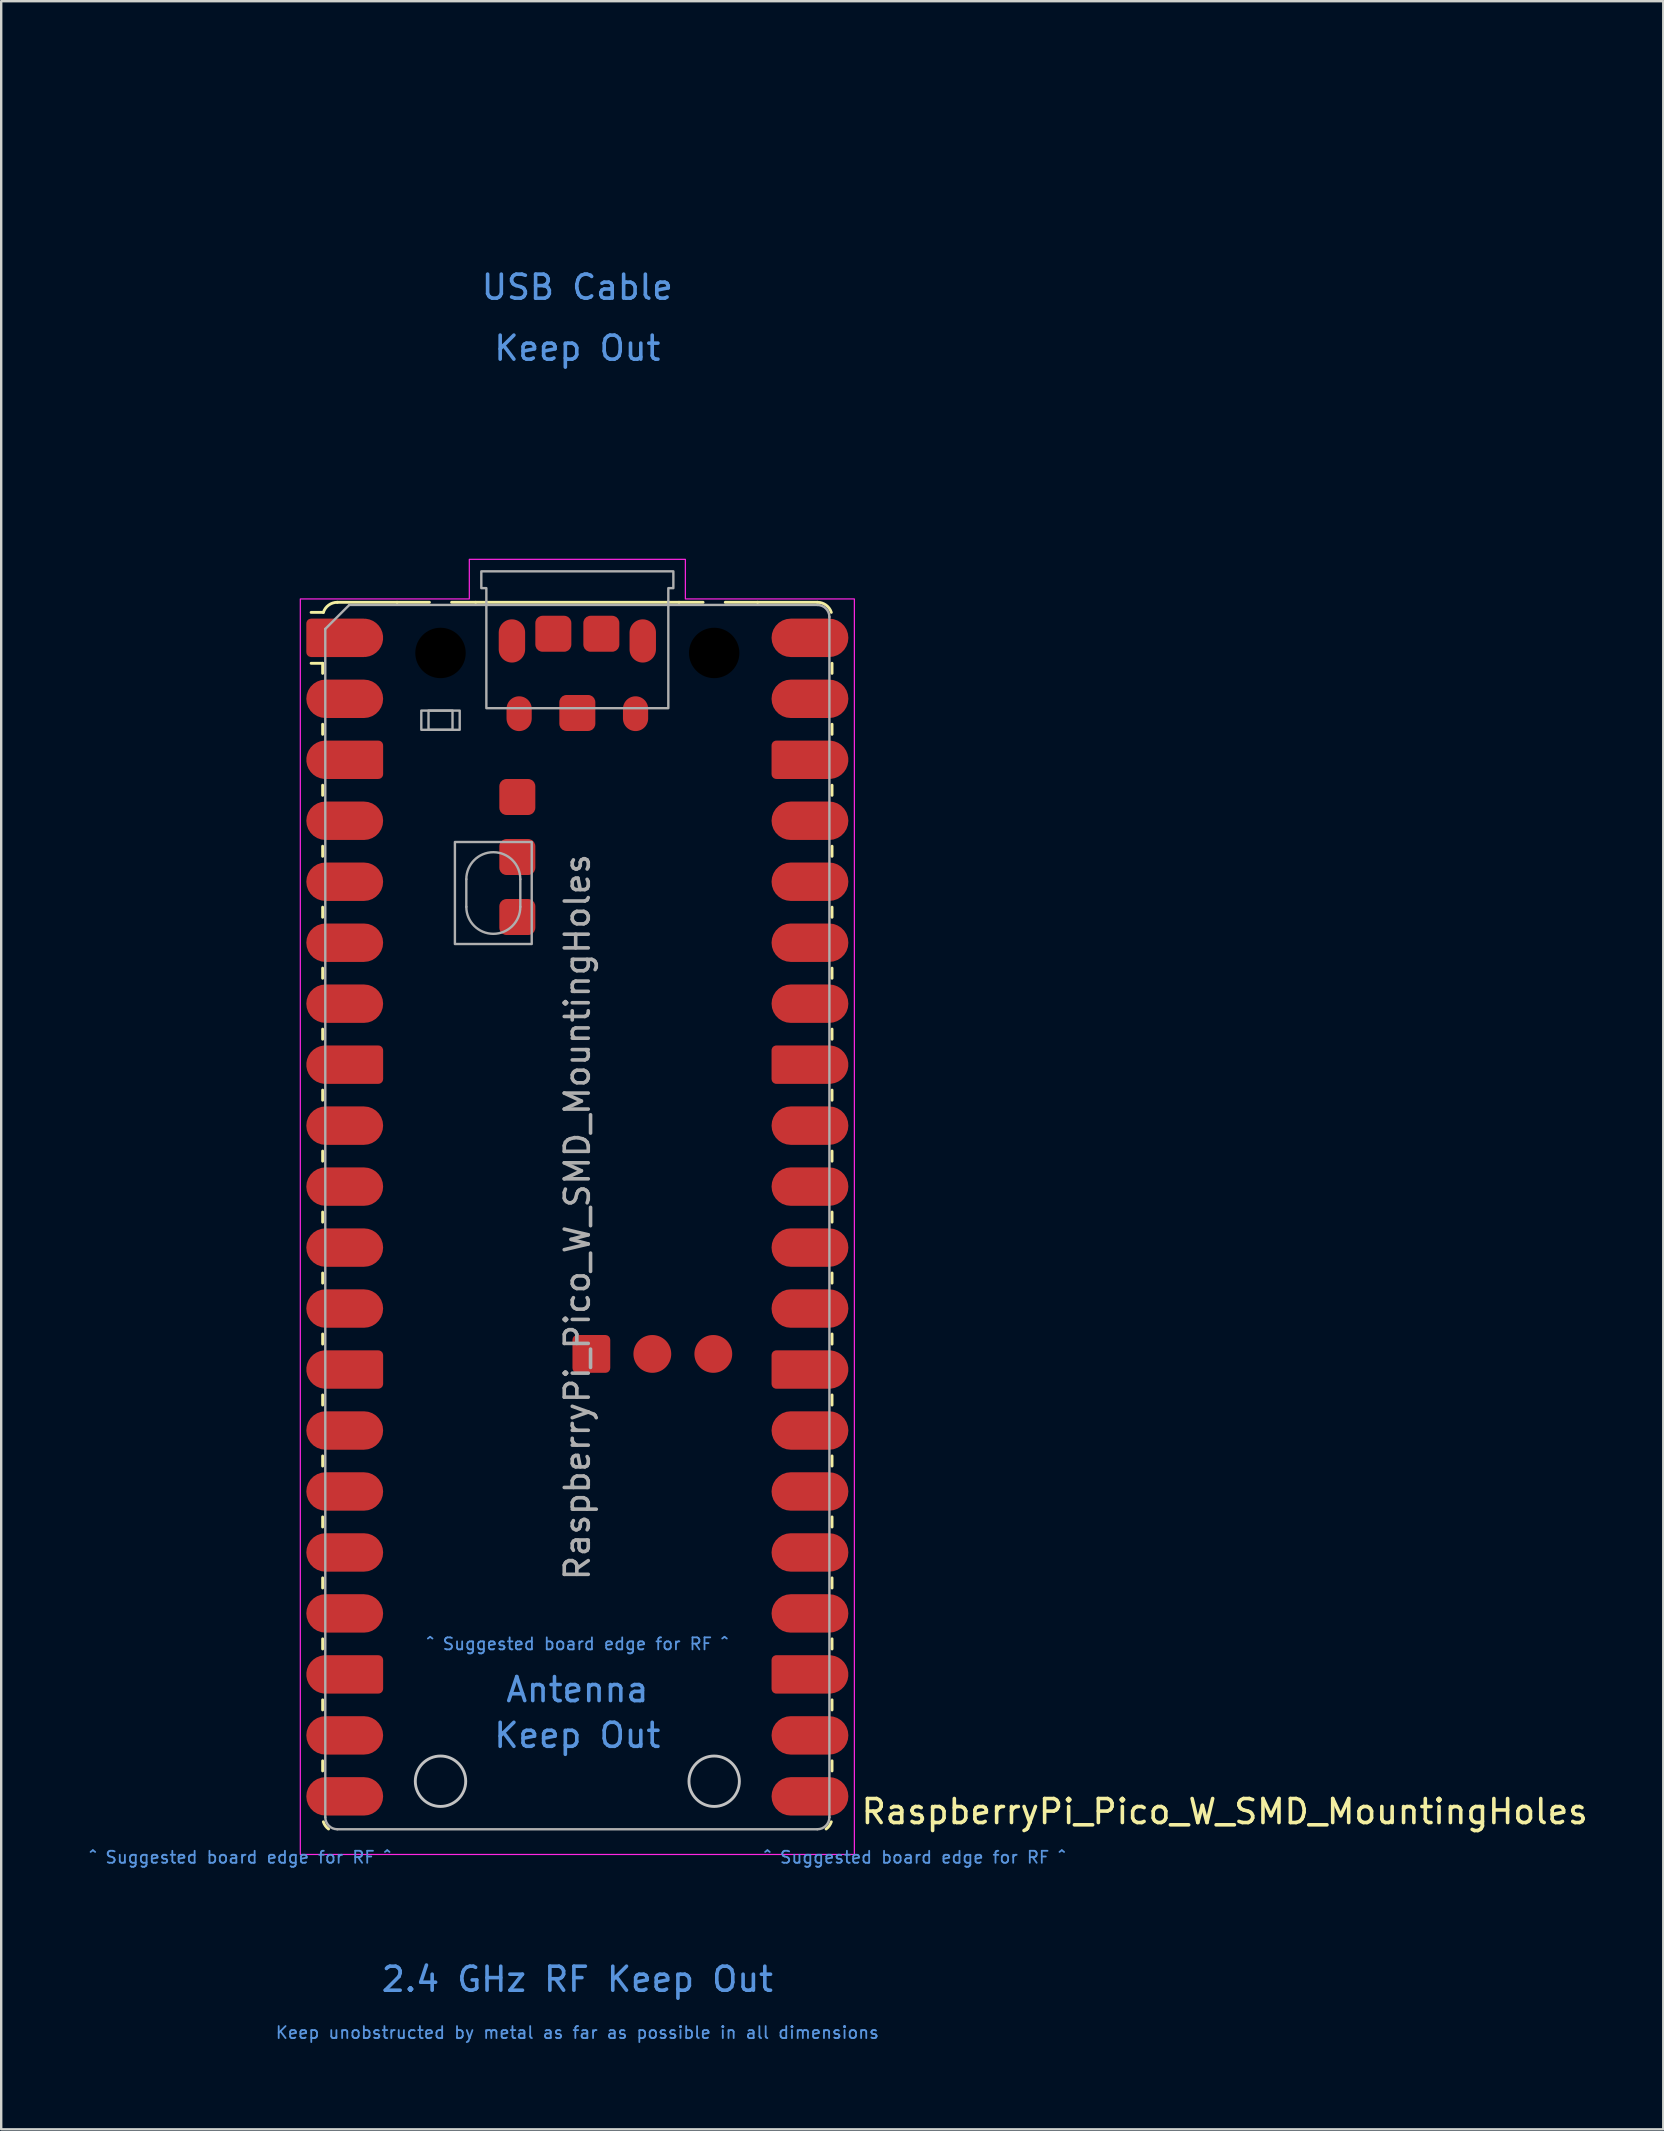
<source format=kicad_pcb>
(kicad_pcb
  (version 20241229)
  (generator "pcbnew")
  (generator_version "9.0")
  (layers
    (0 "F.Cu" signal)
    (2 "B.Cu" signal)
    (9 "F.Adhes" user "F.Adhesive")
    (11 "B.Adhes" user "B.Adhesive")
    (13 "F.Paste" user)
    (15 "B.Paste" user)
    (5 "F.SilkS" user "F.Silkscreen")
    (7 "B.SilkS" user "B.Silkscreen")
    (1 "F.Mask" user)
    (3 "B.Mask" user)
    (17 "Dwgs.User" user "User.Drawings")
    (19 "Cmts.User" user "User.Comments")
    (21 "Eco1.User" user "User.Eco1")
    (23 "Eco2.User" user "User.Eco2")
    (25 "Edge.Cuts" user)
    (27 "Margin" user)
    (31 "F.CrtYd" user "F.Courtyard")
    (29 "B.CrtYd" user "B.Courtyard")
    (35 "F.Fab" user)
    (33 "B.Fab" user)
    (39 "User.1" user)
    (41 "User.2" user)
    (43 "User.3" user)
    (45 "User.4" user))
  (footprint "RaspberryPi_Pico_W_SMD_MountingHoles"
    (layer "F.Cu")
    (at 21 47.65)
    (property "Reference" "RaspberryPi_Pico_W_SMD_MountingHoles" (at 11.748 24.765 0) (unlocked yes) (layer "F.SilkS") (effects (font (size 1 1) (thickness 0.15)) (justify left)))
    (attr smd)
    (fp_line (start -10.61 -23.07) (end -11.09 -23.07) (stroke (width 0.12) (type solid)) (layer "F.SilkS"))
    (fp_line (start -10.61 -23.07) (end -10.61 -22.65) (stroke (width 0.12) (type solid)) (layer "F.SilkS"))
    (fp_line (start -10.61 -20.53) (end -10.61 -20.11) (stroke (width 0.12) (type solid)) (layer "F.SilkS"))
    (fp_line (start -10.61 -17.99) (end -10.61 -17.57) (stroke (width 0.12) (type solid)) (layer "F.SilkS"))
    (fp_line (start -10.61 -15.45) (end -10.61 -15.03) (stroke (width 0.12) (type solid)) (layer "F.SilkS"))
    (fp_line (start -10.61 -12.91) (end -10.61 -12.49) (stroke (width 0.12) (type solid)) (layer "F.SilkS"))
    (fp_line (start -10.61 -10.37) (end -10.61 -9.95) (stroke (width 0.12) (type solid)) (layer "F.SilkS"))
    (fp_line (start -10.61 -7.83) (end -10.61 -7.41) (stroke (width 0.12) (type solid)) (layer "F.SilkS"))
    (fp_line (start -10.61 -5.29) (end -10.61 -4.87) (stroke (width 0.12) (type solid)) (layer "F.SilkS"))
    (fp_line (start -10.61 -2.75) (end -10.61 -2.33) (stroke (width 0.12) (type solid)) (layer "F.SilkS"))
    (fp_line (start -10.61 -0.21) (end -10.61 0.21) (stroke (width 0.12) (type solid)) (layer "F.SilkS"))
    (fp_line (start -10.61 2.33) (end -10.61 2.75) (stroke (width 0.12) (type solid)) (layer "F.SilkS"))
    (fp_line (start -10.61 4.87) (end -10.61 5.29) (stroke (width 0.12) (type solid)) (layer "F.SilkS"))
    (fp_line (start -10.61 7.41) (end -10.61 7.83) (stroke (width 0.12) (type solid)) (layer "F.SilkS"))
    (fp_line (start -10.61 9.95) (end -10.61 10.37) (stroke (width 0.12) (type solid)) (layer "F.SilkS"))
    (fp_line (start -10.61 12.49) (end -10.61 12.91) (stroke (width 0.12) (type solid)) (layer "F.SilkS"))
    (fp_line (start -10.61 15.03) (end -10.61 15.45) (stroke (width 0.12) (type solid)) (layer "F.SilkS"))
    (fp_line (start -10.61 17.57) (end -10.61 17.99) (stroke (width 0.12) (type solid)) (layer "F.SilkS"))
    (fp_line (start -10.61 20.11) (end -10.61 20.53) (stroke (width 0.12) (type solid)) (layer "F.SilkS"))
    (fp_line (start -10.61 22.65) (end -10.61 23.07) (stroke (width 0.12) (type solid)) (layer "F.SilkS"))
    (fp_line (start -10.58 -25.19) (end -11.09 -25.19) (stroke (width 0.12) (type solid)) (layer "F.SilkS"))
    (fp_line (start -10 -25.61) (end -7.51 -25.61) (stroke (width 0.12) (type solid)) (layer "F.SilkS"))
    (fp_line (start -7.51 -25.61) (end -6.162 -25.61) (stroke (width 0.12) (type solid)) (layer "F.SilkS"))
    (fp_line (start -5.238 -25.61) (end -4.235 -25.61) (stroke (width 0.12) (type solid)) (layer "F.SilkS"))
    (fp_line (start -4.235 -25.61) (end 4.235 -25.61) (stroke (width 0.12) (type solid)) (layer "F.SilkS"))
    (fp_line (start 4.235 -25.61) (end 5.238 -25.61) (stroke (width 0.12) (type solid)) (layer "F.SilkS"))
    (fp_line (start 6.162 -25.61) (end 7.51 -25.61) (stroke (width 0.12) (type solid)) (layer "F.SilkS"))
    (fp_line (start 10 -25.61) (end 7.51 -25.61) (stroke (width 0.12) (type solid)) (layer "F.SilkS"))
    (fp_line (start 10.61 -23.07) (end 10.61 -22.65) (stroke (width 0.12) (type solid)) (layer "F.SilkS"))
    (fp_line (start 10.61 -20.53) (end 10.61 -20.11) (stroke (width 0.12) (type solid)) (layer "F.SilkS"))
    (fp_line (start 10.61 -17.99) (end 10.61 -17.57) (stroke (width 0.12) (type solid)) (layer "F.SilkS"))
    (fp_line (start 10.61 -15.45) (end 10.61 -15.03) (stroke (width 0.12) (type solid)) (layer "F.SilkS"))
    (fp_line (start 10.61 -12.91) (end 10.61 -12.49) (stroke (width 0.12) (type solid)) (layer "F.SilkS"))
    (fp_line (start 10.61 -10.37) (end 10.61 -9.95) (stroke (width 0.12) (type solid)) (layer "F.SilkS"))
    (fp_line (start 10.61 -7.83) (end 10.61 -7.41) (stroke (width 0.12) (type solid)) (layer "F.SilkS"))
    (fp_line (start 10.61 -5.29) (end 10.61 -4.87) (stroke (width 0.12) (type solid)) (layer "F.SilkS"))
    (fp_line (start 10.61 -2.75) (end 10.61 -2.33) (stroke (width 0.12) (type solid)) (layer "F.SilkS"))
    (fp_line (start 10.61 -0.21) (end 10.61 0.21) (stroke (width 0.12) (type solid)) (layer "F.SilkS"))
    (fp_line (start 10.61 2.33) (end 10.61 2.75) (stroke (width 0.12) (type solid)) (layer "F.SilkS"))
    (fp_line (start 10.61 4.87) (end 10.61 5.29) (stroke (width 0.12) (type solid)) (layer "F.SilkS"))
    (fp_line (start 10.61 7.41) (end 10.61 7.83) (stroke (width 0.12) (type solid)) (layer "F.SilkS"))
    (fp_line (start 10.61 9.95) (end 10.61 10.37) (stroke (width 0.12) (type solid)) (layer "F.SilkS"))
    (fp_line (start 10.61 12.49) (end 10.61 12.91) (stroke (width 0.12) (type solid)) (layer "F.SilkS"))
    (fp_line (start 10.61 15.03) (end 10.61 15.45) (stroke (width 0.12) (type solid)) (layer "F.SilkS"))
    (fp_line (start 10.61 17.57) (end 10.61 17.99) (stroke (width 0.12) (type solid)) (layer "F.SilkS"))
    (fp_line (start 10.61 20.11) (end 10.61 20.53) (stroke (width 0.12) (type solid)) (layer "F.SilkS"))
    (fp_line (start 10.61 22.65) (end 10.61 23.07) (stroke (width 0.12) (type solid)) (layer "F.SilkS"))
    (fp_arc (start -10.579676 -25.189937) (mid -10.357938 -25.493944) (end -10 -25.61) (stroke (width 0.12) (type solid)) (layer "F.SilkS"))
    (fp_arc (start -10.363318 25.49) (mid -10.494791 25.356765) (end -10.579676 25.189937) (stroke (width 0.12) (type solid)) (layer "F.SilkS"))
    (fp_arc (start 10 -25.61) (mid 10.357937 -25.493944) (end 10.579676 -25.189937) (stroke (width 0.12) (type solid)) (layer "F.SilkS"))
    (fp_arc (start 10.579676 25.189937) (mid 10.494813 25.35678) (end 10.363318 25.49) (stroke (width 0.12) (type solid)) (layer "F.SilkS"))
    (fp_circle (center -5.7 23.5) (end -4.65 23.5) (stroke (width 0.12) (type solid)) (fill no) (layer "Dwgs.User"))
    (fp_circle (center 5.7 23.5) (end 6.75 23.5) (stroke (width 0.12) (type solid)) (fill no) (layer "Dwgs.User"))
    (fp_poly (pts (xy -4.5 -27.4) (xy 4.5 -27.4) (xy 4.5 -25.75) (xy 11.54 -25.75) (xy 11.54 26.55) (xy -11.54 26.55) (xy -11.54 -25.75) (xy -4.5 -25.75)) (stroke (width 0.05) (type solid)) (fill no) (layer "F.CrtYd"))
    (fp_line (start -10.5 -24.5) (end -9.5 -25.5) (stroke (width 0.1) (type solid)) (layer "F.Fab"))
    (fp_line (start -10.5 25) (end -10.5 -24.5) (stroke (width 0.1) (type solid)) (layer "F.Fab"))
    (fp_line (start -9.5 -25.5) (end 10 -25.5) (stroke (width 0.1) (type solid)) (layer "F.Fab"))
    (fp_line (start -4.625 -14.075) (end -4.625 -12.925) (stroke (width 0.1) (type solid)) (layer "F.Fab"))
    (fp_line (start -2.375 -14.075) (end -2.375 -12.925) (stroke (width 0.1) (type solid)) (layer "F.Fab"))
    (fp_line (start 10 25.5) (end -10 25.5) (stroke (width 0.1) (type solid)) (layer "F.Fab"))
    (fp_line (start 10.5 -25) (end 10.5 25) (stroke (width 0.1) (type solid)) (layer "F.Fab"))
    (fp_rect (start -6.5 -21.1) (end -4.9 -20.3) (stroke (width 0.1) (type solid)) (fill no) (layer "F.Fab"))
    (fp_rect (start -6.2 -21.1) (end -5.2 -20.3) (stroke (width 0.1) (type solid)) (fill no) (layer "F.Fab"))
    (fp_rect (start -5.1 -15.625) (end -1.9 -11.375) (stroke (width 0.1) (type solid)) (fill no) (layer "F.Fab"))
    (fp_arc (start -10 25.5) (mid -10.353553 25.353553) (end -10.5 25) (stroke (width 0.1) (type solid)) (layer "F.Fab"))
    (fp_arc (start -4.625 -14.075) (mid -3.5 -15.2) (end -2.375 -14.075) (stroke (width 0.1) (type solid)) (layer "F.Fab"))
    (fp_arc (start -2.375 -12.925) (mid -3.5 -11.8) (end -4.625 -12.925) (stroke (width 0.1) (type solid)) (layer "F.Fab"))
    (fp_arc (start 10 -25.5) (mid 10.353553 -25.353553) (end 10.5 -25) (stroke (width 0.1) (type solid)) (layer "F.Fab"))
    (fp_arc (start 10.5 25) (mid 10.353553 25.353553) (end 10 25.5) (stroke (width 0.1) (type solid)) (layer "F.Fab"))
    (fp_poly (pts (xy 3.79 -21.2) (xy 3.79 -26.2) (xy 4 -26.2) (xy 4 -26.9) (xy -4 -26.9) (xy -4 -26.2) (xy -3.79 -26.2) (xy -3.79 -21.2)) (stroke (width 0.1) (type solid)) (fill no) (layer "F.Fab"))
    (fp_text user "USB Cable" (at 0 -38.735 0) (unlocked yes) (layer "Cmts.User") (effects (font (size 1 1) (thickness 0.15))))
    (fp_text user "^ Suggested board edge for RF ^" (at 0 17.78 0) (unlocked yes) (layer "Cmts.User") (effects (font (size 0.5 0.5) (thickness 0.075))))
    (fp_text user "Antenna" (at 0 19.685 0) (unlocked yes) (layer "Cmts.User") (effects (font (size 1 1) (thickness 0.15))))
    (fp_text user "^ Suggested board edge for RF ^" (at -14.05 26.67 0) (unlocked yes) (layer "Cmts.User") (effects (font (size 0.5 0.5) (thickness 0.075))))
    (fp_text user "^ Suggested board edge for RF ^" (at 14.05 26.67 0) (unlocked yes) (layer "Cmts.User") (effects (font (size 0.5 0.5) (thickness 0.075))))
    (fp_text user "2.4 GHz RF Keep Out" (at 0 31.75 0) (unlocked yes) (layer "Cmts.User") (effects (font (size 1 1) (thickness 0.15))))
    (fp_text user "Keep Out" (at 0 -36.195 0) (unlocked yes) (layer "Cmts.User") (effects (font (size 1 1) (thickness 0.15))))
    (fp_text user "Keep unobstructed by metal as far as possible in all dimensions" (at 0 33.972 0) (unlocked yes) (layer "Cmts.User") (effects (font (size 0.5 0.5) (thickness 0.075))))
    (fp_text user "Keep Out" (at 0 21.59 0) (unlocked yes) (layer "Cmts.User") (effects (font (size 1 1) (thickness 0.15))))
    (fp_text user "${REFERENCE}" (at 0 0 90) (layer "F.Fab") (effects (font (size 1 1) (thickness 0.15))))
    (pad "" np_thru_hole circle (at -5.7 -23.5) (size 3.8 3.8) (drill 2.1) (layers "*.Mask"))
    (pad "" smd oval (at -2.725 -24) (size 1.1 1.8) (layers "F.Cu" "F.Mask" "F.Paste"))
    (pad "" smd oval (at -2.425 -20.97) (size 1.05 1.45) (layers "F.Cu" "F.Mask" "F.Paste"))
    (pad "" smd oval (at 2.425 -20.97) (size 1.05 1.45) (layers "F.Cu" "F.Mask" "F.Paste"))
    (pad "" smd oval (at 2.725 -24) (size 1.1 1.8) (layers "F.Cu" "F.Mask" "F.Paste"))
    (pad "" np_thru_hole circle (at 5.7 -23.5) (size 3.8 3.8) (drill 2.1) (layers "*.Mask"))
    (pad "1" smd custom (at -8.89 -24.13) (size 1.6 1.6) (layers "F.Cu" "F.Mask" "F.Paste") (options (anchor circle)) (primitives (gr_poly (pts (xy -2.4 0.6) (xy -2.4 -0.6) (xy -2.2 -0.8) (xy 0 -0.8) (xy 0 0.8) (xy -2.2 0.8)) (width 0) (fill yes)) (gr_circle (center -2.2 0.6) (end -2 0.6) (width 0) (fill yes)) (gr_circle (center -2.2 -0.6) (end -2 -0.6) (width 0) (fill yes))))
    (pad "2" smd roundrect (at -8.89 -21.59) (size 3.2 1.6) (drill (offset -0.8 0)) (layers "F.Cu" "F.Mask" "F.Paste") (roundrect_rratio 0.5))
    (pad "3" smd custom (at -8.89 -19.05) (size 1.6 1.6) (layers "F.Cu" "F.Mask" "F.Paste") (options (anchor circle)) (primitives (gr_poly (pts (xy 0.8 -0.6) (xy 0.8 0.6) (xy 0.6 0.8) (xy -1.6 0.8) (xy -1.6 -0.8) (xy 0.6 -0.8)) (width 0) (fill yes)) (gr_circle (center 0.6 0.6) (end 0.8 0.6) (width 0) (fill yes)) (gr_circle (center 0.6 -0.6) (end 0.8 -0.6) (width 0) (fill yes)) (gr_circle (center -1.6 0) (end -0.8 0) (width 0) (fill yes))))
    (pad "4" smd roundrect (at -8.89 -16.51) (size 3.2 1.6) (drill (offset -0.8 0)) (layers "F.Cu" "F.Mask" "F.Paste") (roundrect_rratio 0.5))
    (pad "5" smd roundrect (at -8.89 -13.97) (size 3.2 1.6) (drill (offset -0.8 0)) (layers "F.Cu" "F.Mask" "F.Paste") (roundrect_rratio 0.5))
    (pad "6" smd roundrect (at -8.89 -11.43) (size 3.2 1.6) (drill (offset -0.8 0)) (layers "F.Cu" "F.Mask" "F.Paste") (roundrect_rratio 0.5))
    (pad "7" smd roundrect (at -8.89 -8.89) (size 3.2 1.6) (drill (offset -0.8 0)) (layers "F.Cu" "F.Mask" "F.Paste") (roundrect_rratio 0.5))
    (pad "8" smd custom (at -8.89 -6.35) (size 1.6 1.6) (layers "F.Cu" "F.Mask" "F.Paste") (options (anchor circle)) (primitives (gr_poly (pts (xy 0.8 -0.6) (xy 0.8 0.6) (xy 0.6 0.8) (xy -1.6 0.8) (xy -1.6 -0.8) (xy 0.6 -0.8)) (width 0) (fill yes)) (gr_circle (center 0.6 0.6) (end 0.8 0.6) (width 0) (fill yes)) (gr_circle (center 0.6 -0.6) (end 0.8 -0.6) (width 0) (fill yes)) (gr_circle (center -1.6 0) (end -0.8 0) (width 0) (fill yes))))
    (pad "9" smd roundrect (at -8.89 -3.81) (size 3.2 1.6) (drill (offset -0.8 0)) (layers "F.Cu" "F.Mask" "F.Paste") (roundrect_rratio 0.5))
    (pad "10" smd roundrect (at -8.89 -1.27) (size 3.2 1.6) (drill (offset -0.8 0)) (layers "F.Cu" "F.Mask" "F.Paste") (roundrect_rratio 0.5))
    (pad "11" smd roundrect (at -8.89 1.27) (size 3.2 1.6) (drill (offset -0.8 0)) (layers "F.Cu" "F.Mask" "F.Paste") (roundrect_rratio 0.5))
    (pad "12" smd roundrect (at -8.89 3.81) (size 3.2 1.6) (drill (offset -0.8 0)) (layers "F.Cu" "F.Mask" "F.Paste") (roundrect_rratio 0.5))
    (pad "13" smd custom (at -8.89 6.35) (size 1.6 1.6) (layers "F.Cu" "F.Mask" "F.Paste") (options (anchor circle)) (primitives (gr_poly (pts (xy 0.8 -0.6) (xy 0.8 0.6) (xy 0.6 0.8) (xy -1.6 0.8) (xy -1.6 -0.8) (xy 0.6 -0.8)) (width 0) (fill yes)) (gr_circle (center 0.6 0.6) (end 0.8 0.6) (width 0) (fill yes)) (gr_circle (center 0.6 -0.6) (end 0.8 -0.6) (width 0) (fill yes)) (gr_circle (center -1.6 0) (end -0.8 0) (width 0) (fill yes))))
    (pad "14" smd roundrect (at -8.89 8.89) (size 3.2 1.6) (drill (offset -0.8 0)) (layers "F.Cu" "F.Mask" "F.Paste") (roundrect_rratio 0.5))
    (pad "15" smd roundrect (at -8.89 11.43) (size 3.2 1.6) (drill (offset -0.8 0)) (layers "F.Cu" "F.Mask" "F.Paste") (roundrect_rratio 0.5))
    (pad "16" smd roundrect (at -8.89 13.97) (size 3.2 1.6) (drill (offset -0.8 0)) (layers "F.Cu" "F.Mask" "F.Paste") (roundrect_rratio 0.5))
    (pad "17" smd roundrect (at -8.89 16.51) (size 3.2 1.6) (drill (offset -0.8 0)) (layers "F.Cu" "F.Mask" "F.Paste") (roundrect_rratio 0.5))
    (pad "18" smd custom (at -8.89 19.05) (size 1.6 1.6) (layers "F.Cu" "F.Mask" "F.Paste") (options (anchor circle)) (primitives (gr_poly (pts (xy 0.8 -0.6) (xy 0.8 0.6) (xy 0.6 0.8) (xy -1.6 0.8) (xy -1.6 -0.8) (xy 0.6 -0.8)) (width 0) (fill yes)) (gr_circle (center 0.6 0.6) (end 0.8 0.6) (width 0) (fill yes)) (gr_circle (center 0.6 -0.6) (end 0.8 -0.6) (width 0) (fill yes)) (gr_circle (center -1.6 0) (end -0.8 0) (width 0) (fill yes))))
    (pad "19" smd roundrect (at -8.89 21.59) (size 3.2 1.6) (drill (offset -0.8 0)) (layers "F.Cu" "F.Mask" "F.Paste") (roundrect_rratio 0.5))
    (pad "20" smd roundrect (at -8.89 24.13) (size 3.2 1.6) (drill (offset -0.8 0)) (layers "F.Cu" "F.Mask" "F.Paste") (roundrect_rratio 0.5))
    (pad "21" smd roundrect (at 8.89 24.13) (size 3.2 1.6) (drill (offset 0.8 0)) (layers "F.Cu" "F.Mask" "F.Paste") (roundrect_rratio 0.5))
    (pad "22" smd roundrect (at 8.89 21.59) (size 3.2 1.6) (drill (offset 0.8 0)) (layers "F.Cu" "F.Mask" "F.Paste") (roundrect_rratio 0.5))
    (pad "23" smd custom (at 8.89 19.05) (size 1.6 1.6) (layers "F.Cu" "F.Mask" "F.Paste") (options (anchor circle)) (primitives (gr_poly (pts (xy -0.8 -0.6) (xy -0.8 0.6) (xy -0.6 0.8) (xy 1.6 0.8) (xy 1.6 -0.8) (xy -0.6 -0.8)) (width 0) (fill yes)) (gr_circle (center -0.6 0.6) (end -0.4 0.6) (width 0) (fill yes)) (gr_circle (center -0.6 -0.6) (end -0.4 -0.6) (width 0) (fill yes)) (gr_circle (center 1.6 0) (end 2.4 0) (width 0) (fill yes))))
    (pad "24" smd roundrect (at 8.89 16.51) (size 3.2 1.6) (drill (offset 0.8 0)) (layers "F.Cu" "F.Mask" "F.Paste") (roundrect_rratio 0.5))
    (pad "25" smd roundrect (at 8.89 13.97) (size 3.2 1.6) (drill (offset 0.8 0)) (layers "F.Cu" "F.Mask" "F.Paste") (roundrect_rratio 0.5))
    (pad "26" smd roundrect (at 8.89 11.43) (size 3.2 1.6) (drill (offset 0.8 0)) (layers "F.Cu" "F.Mask" "F.Paste") (roundrect_rratio 0.5))
    (pad "27" smd roundrect (at 8.89 8.89) (size 3.2 1.6) (drill (offset 0.8 0)) (layers "F.Cu" "F.Mask" "F.Paste") (roundrect_rratio 0.5))
    (pad "28" smd custom (at 8.89 6.35) (size 1.6 1.6) (layers "F.Cu" "F.Mask" "F.Paste") (options (anchor circle)) (primitives (gr_poly (pts (xy -0.8 -0.6) (xy -0.8 0.6) (xy -0.6 0.8) (xy 1.6 0.8) (xy 1.6 -0.8) (xy -0.6 -0.8)) (width 0) (fill yes)) (gr_circle (center -0.6 0.6) (end -0.4 0.6) (width 0) (fill yes)) (gr_circle (center -0.6 -0.6) (end -0.4 -0.6) (width 0) (fill yes)) (gr_circle (center 1.6 0) (end 2.4 0) (width 0) (fill yes))))
    (pad "29" smd roundrect (at 8.89 3.81) (size 3.2 1.6) (drill (offset 0.8 0)) (layers "F.Cu" "F.Mask" "F.Paste") (roundrect_rratio 0.5))
    (pad "30" smd roundrect (at 8.89 1.27) (size 3.2 1.6) (drill (offset 0.8 0)) (layers "F.Cu" "F.Mask" "F.Paste") (roundrect_rratio 0.5))
    (pad "31" smd roundrect (at 8.89 -1.27) (size 3.2 1.6) (drill (offset 0.8 0)) (layers "F.Cu" "F.Mask" "F.Paste") (roundrect_rratio 0.5))
    (pad "32" smd roundrect (at 8.89 -3.81) (size 3.2 1.6) (drill (offset 0.8 0)) (layers "F.Cu" "F.Mask" "F.Paste") (roundrect_rratio 0.5))
    (pad "33" smd custom (at 8.89 -6.35) (size 1.6 1.6) (layers "F.Cu" "F.Mask" "F.Paste") (options (anchor circle)) (primitives (gr_poly (pts (xy -0.8 -0.6) (xy -0.8 0.6) (xy -0.6 0.8) (xy 1.6 0.8) (xy 1.6 -0.8) (xy -0.6 -0.8)) (width 0) (fill yes)) (gr_circle (center -0.6 0.6) (end -0.4 0.6) (width 0) (fill yes)) (gr_circle (center -0.6 -0.6) (end -0.4 -0.6) (width 0) (fill yes)) (gr_circle (center 1.6 0) (end 2.4 0) (width 0) (fill yes))))
    (pad "34" smd roundrect (at 8.89 -8.89) (size 3.2 1.6) (drill (offset 0.8 0)) (layers "F.Cu" "F.Mask" "F.Paste") (roundrect_rratio 0.5))
    (pad "35" smd roundrect (at 8.89 -11.43) (size 3.2 1.6) (drill (offset 0.8 0)) (layers "F.Cu" "F.Mask" "F.Paste") (roundrect_rratio 0.5))
    (pad "36" smd roundrect (at 8.89 -13.97) (size 3.2 1.6) (drill (offset 0.8 0)) (layers "F.Cu" "F.Mask" "F.Paste") (roundrect_rratio 0.5))
    (pad "37" smd roundrect (at 8.89 -16.51) (size 3.2 1.6) (drill (offset 0.8 0)) (layers "F.Cu" "F.Mask" "F.Paste") (roundrect_rratio 0.5))
    (pad "38" smd custom (at 8.89 -19.05) (size 1.6 1.6) (layers "F.Cu" "F.Mask" "F.Paste") (options (anchor circle)) (primitives (gr_poly (pts (xy -0.8 -0.6) (xy -0.8 0.6) (xy -0.6 0.8) (xy 1.6 0.8) (xy 1.6 -0.8) (xy -0.6 -0.8)) (width 0) (fill yes)) (gr_circle (center -0.6 0.6) (end -0.4 0.6) (width 0) (fill yes)) (gr_circle (center -0.6 -0.6) (end -0.4 -0.6) (width 0) (fill yes)) (gr_circle (center 1.6 0) (end 2.4 0) (width 0) (fill yes))))
    (pad "39" smd roundrect (at 8.89 -21.59) (size 3.2 1.6) (drill (offset 0.8 0)) (layers "F.Cu" "F.Mask" "F.Paste") (roundrect_rratio 0.5))
    (pad "40" smd roundrect (at 8.89 -24.13) (size 3.2 1.6) (drill (offset 0.8 0)) (layers "F.Cu" "F.Mask" "F.Paste") (roundrect_rratio 0.5))
    (pad "D1" smd roundrect (at 0.584 5.7) (size 1.575 1.575) (layers "F.Cu" "F.Mask" "F.Paste") (roundrect_rratio 0.127))
    (pad "D2" smd circle (at 3.124 5.7) (size 1.575 1.575) (layers "F.Cu" "F.Mask" "F.Paste"))
    (pad "D3" smd circle (at 5.664 5.7) (size 1.575 1.575) (layers "F.Cu" "F.Mask" "F.Paste"))
    (pad "TP1" smd roundrect (at 0 -21) (size 1.5 1.5) (layers "F.Cu" "F.Mask" "F.Paste") (roundrect_rratio 0.2))
    (pad "TP2" smd roundrect (at 1 -24.3) (size 1.5 1.5) (layers "F.Cu" "F.Mask" "F.Paste") (roundrect_rratio 0.2))
    (pad "TP3" smd roundrect (at -1 -24.3) (size 1.5 1.5) (layers "F.Cu" "F.Mask" "F.Paste") (roundrect_rratio 0.2))
    (pad "TP4" smd roundrect (at -2.5 -17.5) (size 1.5 1.5) (layers "F.Cu" "F.Mask" "F.Paste") (roundrect_rratio 0.2))
    (pad "TP5" smd roundrect (at -2.5 -15) (size 1.5 1.5) (layers "F.Cu" "F.Mask" "F.Paste") (roundrect_rratio 0.2))
    (pad "TP6" smd roundrect (at -2.5 -12.5) (size 1.5 1.5) (layers "F.Cu" "F.Mask" "F.Paste") (roundrect_rratio 0.2))
    (zone (net_name "") (layers "F.Cu" "B.Cu" "F.Paste" "B.Paste") (name "RF Copper Keep Out") (hatch full 0.5) (connect_pads) (min_thickness 0.254) (filled_areas_thickness no) (keepout (tracks not_allowed) (vias not_allowed) (pads not_allowed) (copperpour not_allowed) (footprints not_allowed)) (placement (enabled no)) (fill) (polygon (pts (xy 0 72.65) (xy 42 72.65) (xy 42 82.65) (xy 0 82.65))))
    (zone (net_name "") (layers "F.Cu" "B.Cu" "F.Paste" "B.Paste") (name "Antenna Copper Keep Out") (hatch full 0.5) (connect_pads) (min_thickness 0.254) (filled_areas_thickness no) (keepout (tracks not_allowed) (vias not_allowed) (pads not_allowed) (copperpour not_allowed) (footprints not_allowed)) (placement (enabled no)) (fill) (polygon (pts (xy 18.6 72.64) (xy 13.9 68.99) (xy 13.9 64.65) (xy 28.1 64.65) (xy 28.1 68.99) (xy 23.4 72.64) (xy 23.4 72.65) (xy 18.6 72.65))))
    (zone (net_name "") (layer "Edge.Cuts") (name "Board Keep Out USB Cable") (hatch edge 0.5) (connect_pads) (min_thickness 0.254) (filled_areas_thickness no) (keepout (tracks allowed) (vias allowed) (pads allowed) (copperpour allowed) (footprints allowed)) (placement (enabled no)) (fill) (polygon (pts (xy 14.8 0) (xy 27.2 0) (xy 27.2 20.4) (xy 14.8 20.4))))
    (zone (net_name "") (layer "Edge.Cuts") (name "Board Keep Out Suggestion RF") (hatch edge 0.5) (connect_pads) (min_thickness 0.254) (filled_areas_thickness no) (keepout (tracks allowed) (vias allowed) (pads allowed) (copperpour allowed) (footprints allowed)) (placement (enabled no)) (fill) (polygon (pts (xy 28.1 73.65) (xy 42 73.65) (xy 42 82.65) (xy 0 82.65) (xy 0 73.65) (xy 13.9 73.65) (xy 13.9 64.65) (xy 28.1 64.65))))
    (zone (net_name "") (layer "F.CrtYd") (name "USB Cable Keep Out") (hatch full 0.5) (connect_pads) (min_thickness 0.254) (filled_areas_thickness no) (keepout (tracks allowed) (vias allowed) (pads allowed) (copperpour allowed) (footprints not_allowed)) (placement (enabled no)) (fill) (polygon (pts (xy 15.25 19.95) (xy 17.06 19.95) (xy 17.06 20.25) (xy 24.94 20.25) (xy 24.94 19.95) (xy 26.75 19.95) (xy 26.75 0.45) (xy 15.25 0.45)))))
  (gr_rect
    (start -3 -3)
    (end 66.236 85.65)
    (stroke (width 0.1) (type default))
    (fill no)
    (layer "Edge.Cuts")))
</source>
